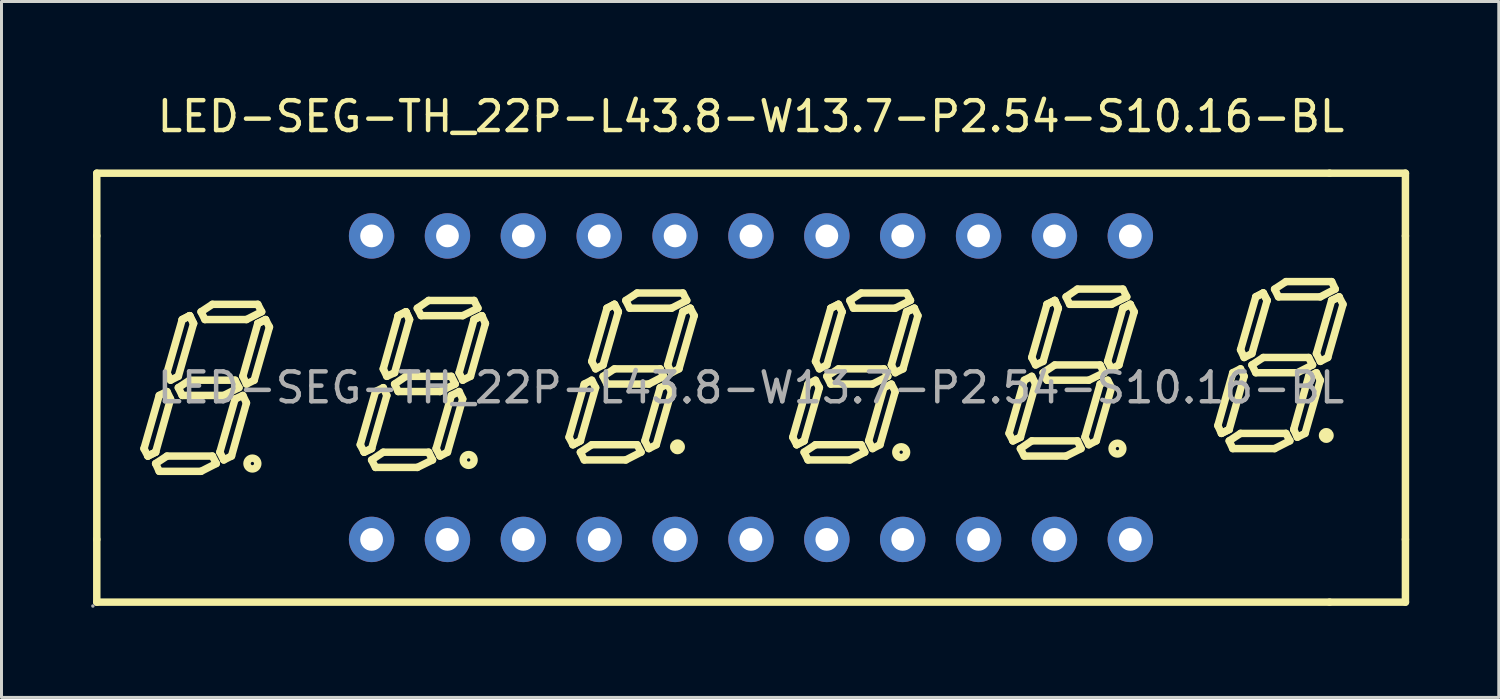
<source format=kicad_pcb>
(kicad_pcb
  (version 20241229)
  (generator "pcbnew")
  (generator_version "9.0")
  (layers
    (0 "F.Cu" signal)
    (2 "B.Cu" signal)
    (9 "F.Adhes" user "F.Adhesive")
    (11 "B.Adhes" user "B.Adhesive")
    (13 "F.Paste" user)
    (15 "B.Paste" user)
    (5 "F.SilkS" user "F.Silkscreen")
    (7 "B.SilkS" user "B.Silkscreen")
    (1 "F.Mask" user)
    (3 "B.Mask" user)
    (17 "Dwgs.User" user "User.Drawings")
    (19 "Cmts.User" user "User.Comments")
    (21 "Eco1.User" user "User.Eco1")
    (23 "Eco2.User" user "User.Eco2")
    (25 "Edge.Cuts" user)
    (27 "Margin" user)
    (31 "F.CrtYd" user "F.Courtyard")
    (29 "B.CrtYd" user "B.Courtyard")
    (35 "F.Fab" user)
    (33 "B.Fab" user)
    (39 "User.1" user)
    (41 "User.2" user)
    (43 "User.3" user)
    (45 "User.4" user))
  (footprint "LED-SEG-TH_22P-L43.8-W13.7-P2.54-S10.16-BL"
    (layer "F.Cu")
    (at 22.09 9.928)
    (property "Reference" "LED-SEG-TH_22P-L43.8-W13.7-P2.54-S10.16-BL" (at 0 -9.08 0) (layer "F.SilkS") (effects (font (size 1 1) (thickness 0.15))))
    (attr through_hole)
    (fp_line (start -21.9 -7.18) (end -21.9 -5.08) (stroke (width 0.25) (type solid)) (layer "F.SilkS"))
    (fp_line (start -21.9 -5.08) (end -21.9 5.08) (stroke (width 0.25) (type solid)) (layer "F.SilkS"))
    (fp_line (start -21.9 5.08) (end -21.9 7.18) (stroke (width 0.25) (type solid)) (layer "F.SilkS"))
    (fp_line (start -21.9 7.18) (end 19.37 7.18) (stroke (width 0.25) (type solid)) (layer "F.SilkS"))
    (fp_line (start -20.32 2.04) (end -20.19 2.29) (stroke (width 0.25) (type solid)) (layer "F.SilkS"))
    (fp_line (start -20.19 2.29) (end -19.93 2.16) (stroke (width 0.25) (type solid)) (layer "F.SilkS"))
    (fp_line (start -20.19 2.29) (end -19.93 2.16) (stroke (width 0.25) (type solid)) (layer "F.SilkS"))
    (fp_line (start -19.93 2.16) (end -19.43 0.38) (stroke (width 0.25) (type solid)) (layer "F.SilkS"))
    (fp_line (start -19.93 2.54) (end -19.55 2.29) (stroke (width 0.25) (type solid)) (layer "F.SilkS"))
    (fp_line (start -19.81 0.26) (end -20.32 2.04) (stroke (width 0.25) (type solid)) (layer "F.SilkS"))
    (fp_line (start -19.81 2.8) (end -19.93 2.54) (stroke (width 0.25) (type solid)) (layer "F.SilkS"))
    (fp_line (start -19.55 -0.5) (end -19.43 -0.25) (stroke (width 0.25) (type solid)) (layer "F.SilkS"))
    (fp_line (start -19.55 0.13) (end -19.81 0.26) (stroke (width 0.25) (type solid)) (layer "F.SilkS"))
    (fp_line (start -19.55 2.29) (end -18.03 2.29) (stroke (width 0.25) (type solid)) (layer "F.SilkS"))
    (fp_line (start -19.43 -0.25) (end -19.17 -0.38) (stroke (width 0.25) (type solid)) (layer "F.SilkS"))
    (fp_line (start -19.43 0.38) (end -19.55 0.13) (stroke (width 0.25) (type solid)) (layer "F.SilkS"))
    (fp_line (start -19.17 -0.38) (end -18.66 -2.15) (stroke (width 0.25) (type solid)) (layer "F.SilkS"))
    (fp_line (start -19.17 0) (end -18.79 -0.25) (stroke (width 0.25) (type solid)) (layer "F.SilkS"))
    (fp_line (start -19.04 -2.28) (end -19.55 -0.5) (stroke (width 0.25) (type solid)) (layer "F.SilkS"))
    (fp_line (start -19.04 -2.28) (end -18.79 -2.41) (stroke (width 0.25) (type solid)) (layer "F.SilkS"))
    (fp_line (start -19.04 0.26) (end -19.17 0) (stroke (width 0.25) (type solid)) (layer "F.SilkS"))
    (fp_line (start -18.79 -2.41) (end -19.04 -2.28) (stroke (width 0.25) (type solid)) (layer "F.SilkS"))
    (fp_line (start -18.79 -2.41) (end -18.66 -2.15) (stroke (width 0.25) (type solid)) (layer "F.SilkS"))
    (fp_line (start -18.79 -0.25) (end -17.27 -0.25) (stroke (width 0.25) (type solid)) (layer "F.SilkS"))
    (fp_line (start -18.66 -2.15) (end -18.79 -2.41) (stroke (width 0.25) (type solid)) (layer "F.SilkS"))
    (fp_line (start -18.41 -2.54) (end -18.03 -2.79) (stroke (width 0.25) (type solid)) (layer "F.SilkS"))
    (fp_line (start -18.41 2.8) (end -19.81 2.8) (stroke (width 0.25) (type solid)) (layer "F.SilkS"))
    (fp_line (start -18.28 -2.28) (end -18.41 -2.54) (stroke (width 0.25) (type solid)) (layer "F.SilkS"))
    (fp_line (start -18.03 -2.79) (end -16.51 -2.79) (stroke (width 0.25) (type solid)) (layer "F.SilkS"))
    (fp_line (start -18.03 2.29) (end -17.9 2.54) (stroke (width 0.25) (type solid)) (layer "F.SilkS"))
    (fp_line (start -17.9 2.54) (end -18.41 2.8) (stroke (width 0.25) (type solid)) (layer "F.SilkS"))
    (fp_line (start -17.78 2.16) (end -17.65 2.42) (stroke (width 0.25) (type solid)) (layer "F.SilkS"))
    (fp_line (start -17.65 0.26) (end -19.04 0.26) (stroke (width 0.25) (type solid)) (layer "F.SilkS"))
    (fp_line (start -17.65 2.42) (end -17.39 2.29) (stroke (width 0.25) (type solid)) (layer "F.SilkS"))
    (fp_line (start -17.39 2.29) (end -16.89 0.51) (stroke (width 0.25) (type solid)) (layer "F.SilkS"))
    (fp_line (start -17.27 -0.25) (end -17.14 0) (stroke (width 0.25) (type solid)) (layer "F.SilkS"))
    (fp_line (start -17.27 0.38) (end -17.78 2.16) (stroke (width 0.25) (type solid)) (layer "F.SilkS"))
    (fp_line (start -17.14 0) (end -17.65 0.26) (stroke (width 0.25) (type solid)) (layer "F.SilkS"))
    (fp_line (start -17.01 -0.38) (end -16.51 -2.15) (stroke (width 0.25) (type solid)) (layer "F.SilkS"))
    (fp_line (start -17.01 0.26) (end -17.27 0.38) (stroke (width 0.25) (type solid)) (layer "F.SilkS"))
    (fp_line (start -16.89 -2.28) (end -18.28 -2.28) (stroke (width 0.25) (type solid)) (layer "F.SilkS"))
    (fp_line (start -16.89 -0.12) (end -17.01 -0.38) (stroke (width 0.25) (type solid)) (layer "F.SilkS"))
    (fp_line (start -16.89 0.51) (end -17.01 0.26) (stroke (width 0.25) (type solid)) (layer "F.SilkS"))
    (fp_line (start -16.63 -0.25) (end -16.89 -0.12) (stroke (width 0.25) (type solid)) (layer "F.SilkS"))
    (fp_line (start -16.51 -2.79) (end -16.38 -2.54) (stroke (width 0.25) (type solid)) (layer "F.SilkS"))
    (fp_line (start -16.51 -2.15) (end -16.25 -2.28) (stroke (width 0.25) (type solid)) (layer "F.SilkS"))
    (fp_line (start -16.38 -2.54) (end -16.89 -2.28) (stroke (width 0.25) (type solid)) (layer "F.SilkS"))
    (fp_line (start -16.25 -2.28) (end -16.51 -2.15) (stroke (width 0.25) (type solid)) (layer "F.SilkS"))
    (fp_line (start -16.25 -2.28) (end -16.12 -2.03) (stroke (width 0.25) (type solid)) (layer "F.SilkS"))
    (fp_line (start -16.12 -2.03) (end -16.63 -0.25) (stroke (width 0.25) (type solid)) (layer "F.SilkS"))
    (fp_line (start -13.08 1.91) (end -12.95 2.16) (stroke (width 0.25) (type solid)) (layer "F.SilkS"))
    (fp_line (start -12.95 2.16) (end -12.7 2.04) (stroke (width 0.25) (type solid)) (layer "F.SilkS"))
    (fp_line (start -12.95 2.16) (end -12.7 2.04) (stroke (width 0.25) (type solid)) (layer "F.SilkS"))
    (fp_line (start -12.7 2.04) (end -12.19 0.26) (stroke (width 0.25) (type solid)) (layer "F.SilkS"))
    (fp_line (start -12.7 2.42) (end -12.31 2.16) (stroke (width 0.25) (type solid)) (layer "F.SilkS"))
    (fp_line (start -12.57 0.13) (end -13.08 1.91) (stroke (width 0.25) (type solid)) (layer "F.SilkS"))
    (fp_line (start -12.57 2.67) (end -12.7 2.42) (stroke (width 0.25) (type solid)) (layer "F.SilkS"))
    (fp_line (start -12.31 -0.63) (end -12.19 -0.38) (stroke (width 0.25) (type solid)) (layer "F.SilkS"))
    (fp_line (start -12.31 0) (end -12.57 0.13) (stroke (width 0.25) (type solid)) (layer "F.SilkS"))
    (fp_line (start -12.31 2.16) (end -10.79 2.16) (stroke (width 0.25) (type solid)) (layer "F.SilkS"))
    (fp_line (start -12.19 -0.38) (end -11.93 -0.5) (stroke (width 0.25) (type solid)) (layer "F.SilkS"))
    (fp_line (start -12.19 0.26) (end -12.31 0) (stroke (width 0.25) (type solid)) (layer "F.SilkS"))
    (fp_line (start -11.93 -0.5) (end -11.43 -2.28) (stroke (width 0.25) (type solid)) (layer "F.SilkS"))
    (fp_line (start -11.93 -0.12) (end -11.55 -0.38) (stroke (width 0.25) (type solid)) (layer "F.SilkS"))
    (fp_line (start -11.81 -2.41) (end -12.31 -0.63) (stroke (width 0.25) (type solid)) (layer "F.SilkS"))
    (fp_line (start -11.81 0.13) (end -11.93 -0.12) (stroke (width 0.25) (type solid)) (layer "F.SilkS"))
    (fp_line (start -11.55 -2.54) (end -11.81 -2.41) (stroke (width 0.25) (type solid)) (layer "F.SilkS"))
    (fp_line (start -11.55 -2.54) (end -11.81 -2.41) (stroke (width 0.25) (type solid)) (layer "F.SilkS"))
    (fp_line (start -11.55 -0.38) (end -10.03 -0.38) (stroke (width 0.25) (type solid)) (layer "F.SilkS"))
    (fp_line (start -11.43 -2.28) (end -11.55 -2.54) (stroke (width 0.25) (type solid)) (layer "F.SilkS"))
    (fp_line (start -11.43 -2.28) (end -11.55 -2.54) (stroke (width 0.25) (type solid)) (layer "F.SilkS"))
    (fp_line (start -11.17 -2.66) (end -10.79 -2.92) (stroke (width 0.25) (type solid)) (layer "F.SilkS"))
    (fp_line (start -11.17 2.67) (end -12.57 2.67) (stroke (width 0.25) (type solid)) (layer "F.SilkS"))
    (fp_line (start -11.04 -2.41) (end -11.17 -2.66) (stroke (width 0.25) (type solid)) (layer "F.SilkS"))
    (fp_line (start -10.79 -2.92) (end -9.27 -2.92) (stroke (width 0.25) (type solid)) (layer "F.SilkS"))
    (fp_line (start -10.79 2.16) (end -10.66 2.42) (stroke (width 0.25) (type solid)) (layer "F.SilkS"))
    (fp_line (start -10.66 2.42) (end -11.17 2.67) (stroke (width 0.25) (type solid)) (layer "F.SilkS"))
    (fp_line (start -10.54 2.04) (end -10.41 2.29) (stroke (width 0.25) (type solid)) (layer "F.SilkS"))
    (fp_line (start -10.41 0.13) (end -11.81 0.13) (stroke (width 0.25) (type solid)) (layer "F.SilkS"))
    (fp_line (start -10.41 2.29) (end -10.16 2.16) (stroke (width 0.25) (type solid)) (layer "F.SilkS"))
    (fp_line (start -10.16 2.16) (end -9.65 0.38) (stroke (width 0.25) (type solid)) (layer "F.SilkS"))
    (fp_line (start -10.03 -0.38) (end -9.9 -0.12) (stroke (width 0.25) (type solid)) (layer "F.SilkS"))
    (fp_line (start -10.03 0.26) (end -10.54 2.04) (stroke (width 0.25) (type solid)) (layer "F.SilkS"))
    (fp_line (start -9.9 -0.12) (end -10.41 0.13) (stroke (width 0.25) (type solid)) (layer "F.SilkS"))
    (fp_line (start -9.77 -0.5) (end -9.65 -0.25) (stroke (width 0.25) (type solid)) (layer "F.SilkS"))
    (fp_line (start -9.77 0.13) (end -10.03 0.26) (stroke (width 0.25) (type solid)) (layer "F.SilkS"))
    (fp_line (start -9.65 -2.41) (end -11.04 -2.41) (stroke (width 0.25) (type solid)) (layer "F.SilkS"))
    (fp_line (start -9.65 -0.25) (end -9.39 -0.38) (stroke (width 0.25) (type solid)) (layer "F.SilkS"))
    (fp_line (start -9.65 0.38) (end -9.77 0.13) (stroke (width 0.25) (type solid)) (layer "F.SilkS"))
    (fp_line (start -9.39 -0.38) (end -8.89 -2.15) (stroke (width 0.25) (type solid)) (layer "F.SilkS"))
    (fp_line (start -9.27 -2.92) (end -9.14 -2.66) (stroke (width 0.25) (type solid)) (layer "F.SilkS"))
    (fp_line (start -9.27 -2.28) (end -9.77 -0.5) (stroke (width 0.25) (type solid)) (layer "F.SilkS"))
    (fp_line (start -9.27 -2.28) (end -9.01 -2.41) (stroke (width 0.25) (type solid)) (layer "F.SilkS"))
    (fp_line (start -9.14 -2.66) (end -9.65 -2.41) (stroke (width 0.25) (type solid)) (layer "F.SilkS"))
    (fp_line (start -9.01 -2.41) (end -9.27 -2.28) (stroke (width 0.25) (type solid)) (layer "F.SilkS"))
    (fp_line (start -8.89 -2.15) (end -9.01 -2.41) (stroke (width 0.25) (type solid)) (layer "F.SilkS"))
    (fp_line (start -6.09 1.66) (end -5.96 1.91) (stroke (width 0.25) (type solid)) (layer "F.SilkS"))
    (fp_line (start -5.96 1.91) (end -5.71 1.78) (stroke (width 0.25) (type solid)) (layer "F.SilkS"))
    (fp_line (start -5.96 1.91) (end -5.71 1.78) (stroke (width 0.25) (type solid)) (layer "F.SilkS"))
    (fp_line (start -5.71 1.78) (end -5.2 0) (stroke (width 0.25) (type solid)) (layer "F.SilkS"))
    (fp_line (start -5.71 2.16) (end -5.33 1.91) (stroke (width 0.25) (type solid)) (layer "F.SilkS"))
    (fp_line (start -5.58 -0.12) (end -6.09 1.66) (stroke (width 0.25) (type solid)) (layer "F.SilkS"))
    (fp_line (start -5.58 2.42) (end -5.71 2.16) (stroke (width 0.25) (type solid)) (layer "F.SilkS"))
    (fp_line (start -5.33 -0.88) (end -5.2 -0.63) (stroke (width 0.25) (type solid)) (layer "F.SilkS"))
    (fp_line (start -5.33 -0.25) (end -5.58 -0.12) (stroke (width 0.25) (type solid)) (layer "F.SilkS"))
    (fp_line (start -5.33 1.91) (end -3.81 1.91) (stroke (width 0.25) (type solid)) (layer "F.SilkS"))
    (fp_line (start -5.2 -0.63) (end -4.95 -0.76) (stroke (width 0.25) (type solid)) (layer "F.SilkS"))
    (fp_line (start -5.2 0) (end -5.33 -0.25) (stroke (width 0.25) (type solid)) (layer "F.SilkS"))
    (fp_line (start -4.95 -0.76) (end -4.44 -2.54) (stroke (width 0.25) (type solid)) (layer "F.SilkS"))
    (fp_line (start -4.95 -0.38) (end -4.57 -0.63) (stroke (width 0.25) (type solid)) (layer "F.SilkS"))
    (fp_line (start -4.82 -2.66) (end -5.33 -0.88) (stroke (width 0.25) (type solid)) (layer "F.SilkS"))
    (fp_line (start -4.82 -2.66) (end -4.57 -2.79) (stroke (width 0.25) (type solid)) (layer "F.SilkS"))
    (fp_line (start -4.82 -0.12) (end -4.95 -0.38) (stroke (width 0.25) (type solid)) (layer "F.SilkS"))
    (fp_line (start -4.57 -2.79) (end -4.82 -2.66) (stroke (width 0.25) (type solid)) (layer "F.SilkS"))
    (fp_line (start -4.57 -2.79) (end -4.44 -2.54) (stroke (width 0.25) (type solid)) (layer "F.SilkS"))
    (fp_line (start -4.57 -0.63) (end -3.04 -0.63) (stroke (width 0.25) (type solid)) (layer "F.SilkS"))
    (fp_line (start -4.44 -2.54) (end -4.57 -2.79) (stroke (width 0.25) (type solid)) (layer "F.SilkS"))
    (fp_line (start -4.19 -2.92) (end -3.81 -3.17) (stroke (width 0.25) (type solid)) (layer "F.SilkS"))
    (fp_line (start -4.19 2.42) (end -5.58 2.42) (stroke (width 0.25) (type solid)) (layer "F.SilkS"))
    (fp_line (start -4.06 -2.66) (end -4.19 -2.92) (stroke (width 0.25) (type solid)) (layer "F.SilkS"))
    (fp_line (start -3.81 -3.17) (end -2.28 -3.17) (stroke (width 0.25) (type solid)) (layer "F.SilkS"))
    (fp_line (start -3.81 1.91) (end -3.68 2.16) (stroke (width 0.25) (type solid)) (layer "F.SilkS"))
    (fp_line (start -3.68 2.16) (end -4.19 2.42) (stroke (width 0.25) (type solid)) (layer "F.SilkS"))
    (fp_line (start -3.55 1.78) (end -3.42 2.04) (stroke (width 0.25) (type solid)) (layer "F.SilkS"))
    (fp_line (start -3.42 -0.12) (end -4.82 -0.12) (stroke (width 0.25) (type solid)) (layer "F.SilkS"))
    (fp_line (start -3.42 2.04) (end -3.17 1.91) (stroke (width 0.25) (type solid)) (layer "F.SilkS"))
    (fp_line (start -3.17 1.91) (end -2.66 0.13) (stroke (width 0.25) (type solid)) (layer "F.SilkS"))
    (fp_line (start -3.04 -0.63) (end -2.92 -0.38) (stroke (width 0.25) (type solid)) (layer "F.SilkS"))
    (fp_line (start -3.04 0) (end -3.55 1.78) (stroke (width 0.25) (type solid)) (layer "F.SilkS"))
    (fp_line (start -2.92 -0.38) (end -3.42 -0.12) (stroke (width 0.25) (type solid)) (layer "F.SilkS"))
    (fp_line (start -2.79 -0.76) (end -2.28 -2.54) (stroke (width 0.25) (type solid)) (layer "F.SilkS"))
    (fp_line (start -2.79 -0.12) (end -3.04 0) (stroke (width 0.25) (type solid)) (layer "F.SilkS"))
    (fp_line (start -2.66 -2.66) (end -4.06 -2.66) (stroke (width 0.25) (type solid)) (layer "F.SilkS"))
    (fp_line (start -2.66 -0.5) (end -2.79 -0.76) (stroke (width 0.25) (type solid)) (layer "F.SilkS"))
    (fp_line (start -2.66 0.13) (end -2.79 -0.12) (stroke (width 0.25) (type solid)) (layer "F.SilkS"))
    (fp_line (start -2.41 -0.63) (end -2.66 -0.5) (stroke (width 0.25) (type solid)) (layer "F.SilkS"))
    (fp_line (start -2.28 -3.17) (end -2.15 -2.92) (stroke (width 0.25) (type solid)) (layer "F.SilkS"))
    (fp_line (start -2.28 -2.54) (end -2.03 -2.66) (stroke (width 0.25) (type solid)) (layer "F.SilkS"))
    (fp_line (start -2.15 -2.92) (end -2.66 -2.66) (stroke (width 0.25) (type solid)) (layer "F.SilkS"))
    (fp_line (start -2.03 -2.66) (end -2.28 -2.54) (stroke (width 0.25) (type solid)) (layer "F.SilkS"))
    (fp_line (start -2.03 -2.66) (end -1.9 -2.41) (stroke (width 0.25) (type solid)) (layer "F.SilkS"))
    (fp_line (start -1.9 -2.41) (end -2.41 -0.63) (stroke (width 0.25) (type solid)) (layer "F.SilkS"))
    (fp_line (start 1.4 1.66) (end 1.53 1.91) (stroke (width 0.25) (type solid)) (layer "F.SilkS"))
    (fp_line (start 1.53 1.91) (end 1.78 1.78) (stroke (width 0.25) (type solid)) (layer "F.SilkS"))
    (fp_line (start 1.53 1.91) (end 1.78 1.78) (stroke (width 0.25) (type solid)) (layer "F.SilkS"))
    (fp_line (start 1.78 1.78) (end 2.29 0) (stroke (width 0.25) (type solid)) (layer "F.SilkS"))
    (fp_line (start 1.78 2.16) (end 2.16 1.91) (stroke (width 0.25) (type solid)) (layer "F.SilkS"))
    (fp_line (start 1.91 -0.12) (end 1.4 1.66) (stroke (width 0.25) (type solid)) (layer "F.SilkS"))
    (fp_line (start 1.91 2.42) (end 1.78 2.16) (stroke (width 0.25) (type solid)) (layer "F.SilkS"))
    (fp_line (start 2.16 -0.88) (end 2.29 -0.63) (stroke (width 0.25) (type solid)) (layer "F.SilkS"))
    (fp_line (start 2.16 -0.25) (end 1.91 -0.12) (stroke (width 0.25) (type solid)) (layer "F.SilkS"))
    (fp_line (start 2.16 1.91) (end 3.69 1.91) (stroke (width 0.25) (type solid)) (layer "F.SilkS"))
    (fp_line (start 2.29 -0.63) (end 2.54 -0.76) (stroke (width 0.25) (type solid)) (layer "F.SilkS"))
    (fp_line (start 2.29 0) (end 2.16 -0.25) (stroke (width 0.25) (type solid)) (layer "F.SilkS"))
    (fp_line (start 2.54 -0.76) (end 3.05 -2.54) (stroke (width 0.25) (type solid)) (layer "F.SilkS"))
    (fp_line (start 2.54 -0.38) (end 2.93 -0.63) (stroke (width 0.25) (type solid)) (layer "F.SilkS"))
    (fp_line (start 2.67 -2.66) (end 2.16 -0.88) (stroke (width 0.25) (type solid)) (layer "F.SilkS"))
    (fp_line (start 2.67 -2.66) (end 2.93 -2.79) (stroke (width 0.25) (type solid)) (layer "F.SilkS"))
    (fp_line (start 2.67 -0.12) (end 2.54 -0.38) (stroke (width 0.25) (type solid)) (layer "F.SilkS"))
    (fp_line (start 2.93 -2.79) (end 2.67 -2.66) (stroke (width 0.25) (type solid)) (layer "F.SilkS"))
    (fp_line (start 2.93 -2.79) (end 3.05 -2.54) (stroke (width 0.25) (type solid)) (layer "F.SilkS"))
    (fp_line (start 2.93 -0.63) (end 4.45 -0.63) (stroke (width 0.25) (type solid)) (layer "F.SilkS"))
    (fp_line (start 3.05 -2.54) (end 2.93 -2.79) (stroke (width 0.25) (type solid)) (layer "F.SilkS"))
    (fp_line (start 3.31 -2.92) (end 3.69 -3.17) (stroke (width 0.25) (type solid)) (layer "F.SilkS"))
    (fp_line (start 3.31 2.42) (end 1.91 2.42) (stroke (width 0.25) (type solid)) (layer "F.SilkS"))
    (fp_line (start 3.43 -2.66) (end 3.31 -2.92) (stroke (width 0.25) (type solid)) (layer "F.SilkS"))
    (fp_line (start 3.69 -3.17) (end 5.21 -3.17) (stroke (width 0.25) (type solid)) (layer "F.SilkS"))
    (fp_line (start 3.69 1.91) (end 3.81 2.16) (stroke (width 0.25) (type solid)) (layer "F.SilkS"))
    (fp_line (start 3.81 2.16) (end 3.31 2.42) (stroke (width 0.25) (type solid)) (layer "F.SilkS"))
    (fp_line (start 3.94 1.78) (end 4.07 2.04) (stroke (width 0.25) (type solid)) (layer "F.SilkS"))
    (fp_line (start 4.07 -0.12) (end 2.67 -0.12) (stroke (width 0.25) (type solid)) (layer "F.SilkS"))
    (fp_line (start 4.07 2.04) (end 4.32 1.91) (stroke (width 0.25) (type solid)) (layer "F.SilkS"))
    (fp_line (start 4.32 1.91) (end 4.83 0.13) (stroke (width 0.25) (type solid)) (layer "F.SilkS"))
    (fp_line (start 4.45 -0.63) (end 4.58 -0.38) (stroke (width 0.25) (type solid)) (layer "F.SilkS"))
    (fp_line (start 4.45 0) (end 3.94 1.78) (stroke (width 0.25) (type solid)) (layer "F.SilkS"))
    (fp_line (start 4.58 -0.38) (end 4.07 -0.12) (stroke (width 0.25) (type solid)) (layer "F.SilkS"))
    (fp_line (start 4.7 -0.76) (end 5.21 -2.54) (stroke (width 0.25) (type solid)) (layer "F.SilkS"))
    (fp_line (start 4.7 -0.12) (end 4.45 0) (stroke (width 0.25) (type solid)) (layer "F.SilkS"))
    (fp_line (start 4.83 -2.66) (end 3.43 -2.66) (stroke (width 0.25) (type solid)) (layer "F.SilkS"))
    (fp_line (start 4.83 -0.5) (end 4.7 -0.76) (stroke (width 0.25) (type solid)) (layer "F.SilkS"))
    (fp_line (start 4.83 0.13) (end 4.7 -0.12) (stroke (width 0.25) (type solid)) (layer "F.SilkS"))
    (fp_line (start 5.09 -0.63) (end 4.83 -0.5) (stroke (width 0.25) (type solid)) (layer "F.SilkS"))
    (fp_line (start 5.21 -3.17) (end 5.34 -2.92) (stroke (width 0.25) (type solid)) (layer "F.SilkS"))
    (fp_line (start 5.21 -2.54) (end 5.47 -2.66) (stroke (width 0.25) (type solid)) (layer "F.SilkS"))
    (fp_line (start 5.34 -2.92) (end 4.83 -2.66) (stroke (width 0.25) (type solid)) (layer "F.SilkS"))
    (fp_line (start 5.47 -2.66) (end 5.21 -2.54) (stroke (width 0.25) (type solid)) (layer "F.SilkS"))
    (fp_line (start 5.47 -2.66) (end 5.59 -2.41) (stroke (width 0.25) (type solid)) (layer "F.SilkS"))
    (fp_line (start 5.59 -2.41) (end 5.09 -0.63) (stroke (width 0.25) (type solid)) (layer "F.SilkS"))
    (fp_line (start 8.64 1.53) (end 8.77 1.78) (stroke (width 0.25) (type solid)) (layer "F.SilkS"))
    (fp_line (start 8.77 1.78) (end 9.02 1.66) (stroke (width 0.25) (type solid)) (layer "F.SilkS"))
    (fp_line (start 8.77 1.78) (end 9.02 1.66) (stroke (width 0.25) (type solid)) (layer "F.SilkS"))
    (fp_line (start 9.02 1.66) (end 9.53 -0.12) (stroke (width 0.25) (type solid)) (layer "F.SilkS"))
    (fp_line (start 9.02 2.04) (end 9.4 1.78) (stroke (width 0.25) (type solid)) (layer "F.SilkS"))
    (fp_line (start 9.15 -0.25) (end 8.64 1.53) (stroke (width 0.25) (type solid)) (layer "F.SilkS"))
    (fp_line (start 9.15 2.29) (end 9.02 2.04) (stroke (width 0.25) (type solid)) (layer "F.SilkS"))
    (fp_line (start 9.4 -1.01) (end 9.53 -0.76) (stroke (width 0.25) (type solid)) (layer "F.SilkS"))
    (fp_line (start 9.4 -0.38) (end 9.15 -0.25) (stroke (width 0.25) (type solid)) (layer "F.SilkS"))
    (fp_line (start 9.4 1.78) (end 10.93 1.78) (stroke (width 0.25) (type solid)) (layer "F.SilkS"))
    (fp_line (start 9.53 -0.76) (end 9.78 -0.88) (stroke (width 0.25) (type solid)) (layer "F.SilkS"))
    (fp_line (start 9.53 -0.12) (end 9.4 -0.38) (stroke (width 0.25) (type solid)) (layer "F.SilkS"))
    (fp_line (start 9.78 -0.88) (end 10.29 -2.66) (stroke (width 0.25) (type solid)) (layer "F.SilkS"))
    (fp_line (start 9.78 -0.5) (end 10.17 -0.76) (stroke (width 0.25) (type solid)) (layer "F.SilkS"))
    (fp_line (start 9.91 -2.79) (end 9.4 -1.01) (stroke (width 0.25) (type solid)) (layer "F.SilkS"))
    (fp_line (start 9.91 -0.25) (end 9.78 -0.5) (stroke (width 0.25) (type solid)) (layer "F.SilkS"))
    (fp_line (start 10.17 -2.92) (end 9.91 -2.79) (stroke (width 0.25) (type solid)) (layer "F.SilkS"))
    (fp_line (start 10.17 -2.92) (end 9.91 -2.79) (stroke (width 0.25) (type solid)) (layer "F.SilkS"))
    (fp_line (start 10.17 -0.76) (end 11.69 -0.76) (stroke (width 0.25) (type solid)) (layer "F.SilkS"))
    (fp_line (start 10.29 -2.66) (end 10.17 -2.92) (stroke (width 0.25) (type solid)) (layer "F.SilkS"))
    (fp_line (start 10.29 -2.66) (end 10.17 -2.92) (stroke (width 0.25) (type solid)) (layer "F.SilkS"))
    (fp_line (start 10.55 -3.04) (end 10.93 -3.3) (stroke (width 0.25) (type solid)) (layer "F.SilkS"))
    (fp_line (start 10.55 2.29) (end 9.15 2.29) (stroke (width 0.25) (type solid)) (layer "F.SilkS"))
    (fp_line (start 10.67 -2.79) (end 10.55 -3.04) (stroke (width 0.25) (type solid)) (layer "F.SilkS"))
    (fp_line (start 10.93 -3.3) (end 12.45 -3.3) (stroke (width 0.25) (type solid)) (layer "F.SilkS"))
    (fp_line (start 10.93 1.78) (end 11.05 2.04) (stroke (width 0.25) (type solid)) (layer "F.SilkS"))
    (fp_line (start 11.05 2.04) (end 10.55 2.29) (stroke (width 0.25) (type solid)) (layer "F.SilkS"))
    (fp_line (start 11.18 1.66) (end 11.31 1.91) (stroke (width 0.25) (type solid)) (layer "F.SilkS"))
    (fp_line (start 11.31 -0.25) (end 9.91 -0.25) (stroke (width 0.25) (type solid)) (layer "F.SilkS"))
    (fp_line (start 11.31 1.91) (end 11.56 1.78) (stroke (width 0.25) (type solid)) (layer "F.SilkS"))
    (fp_line (start 11.56 1.78) (end 12.07 0) (stroke (width 0.25) (type solid)) (layer "F.SilkS"))
    (fp_line (start 11.69 -0.76) (end 11.82 -0.5) (stroke (width 0.25) (type solid)) (layer "F.SilkS"))
    (fp_line (start 11.69 -0.12) (end 11.18 1.66) (stroke (width 0.25) (type solid)) (layer "F.SilkS"))
    (fp_line (start 11.82 -0.5) (end 11.31 -0.25) (stroke (width 0.25) (type solid)) (layer "F.SilkS"))
    (fp_line (start 11.94 -0.88) (end 12.07 -0.63) (stroke (width 0.25) (type solid)) (layer "F.SilkS"))
    (fp_line (start 11.94 -0.25) (end 11.69 -0.12) (stroke (width 0.25) (type solid)) (layer "F.SilkS"))
    (fp_line (start 12.07 -2.79) (end 10.67 -2.79) (stroke (width 0.25) (type solid)) (layer "F.SilkS"))
    (fp_line (start 12.07 -0.63) (end 12.32 -0.76) (stroke (width 0.25) (type solid)) (layer "F.SilkS"))
    (fp_line (start 12.07 0) (end 11.94 -0.25) (stroke (width 0.25) (type solid)) (layer "F.SilkS"))
    (fp_line (start 12.32 -0.76) (end 12.83 -2.54) (stroke (width 0.25) (type solid)) (layer "F.SilkS"))
    (fp_line (start 12.45 -3.3) (end 12.58 -3.04) (stroke (width 0.25) (type solid)) (layer "F.SilkS"))
    (fp_line (start 12.45 -2.66) (end 11.94 -0.88) (stroke (width 0.25) (type solid)) (layer "F.SilkS"))
    (fp_line (start 12.45 -2.66) (end 12.7 -2.79) (stroke (width 0.25) (type solid)) (layer "F.SilkS"))
    (fp_line (start 12.58 -3.04) (end 12.07 -2.79) (stroke (width 0.25) (type solid)) (layer "F.SilkS"))
    (fp_line (start 12.7 -2.79) (end 12.45 -2.66) (stroke (width 0.25) (type solid)) (layer "F.SilkS"))
    (fp_line (start 12.83 -2.54) (end 12.7 -2.79) (stroke (width 0.25) (type solid)) (layer "F.SilkS"))
    (fp_line (start 15.63 1.27) (end 15.75 1.53) (stroke (width 0.25) (type solid)) (layer "F.SilkS"))
    (fp_line (start 15.75 1.53) (end 16.01 1.4) (stroke (width 0.25) (type solid)) (layer "F.SilkS"))
    (fp_line (start 15.75 1.53) (end 16.01 1.4) (stroke (width 0.25) (type solid)) (layer "F.SilkS"))
    (fp_line (start 16.01 1.4) (end 16.51 -0.38) (stroke (width 0.25) (type solid)) (layer "F.SilkS"))
    (fp_line (start 16.01 1.78) (end 16.39 1.53) (stroke (width 0.25) (type solid)) (layer "F.SilkS"))
    (fp_line (start 16.13 -0.5) (end 15.63 1.27) (stroke (width 0.25) (type solid)) (layer "F.SilkS"))
    (fp_line (start 16.13 2.04) (end 16.01 1.78) (stroke (width 0.25) (type solid)) (layer "F.SilkS"))
    (fp_line (start 16.39 -1.27) (end 16.51 -1.01) (stroke (width 0.25) (type solid)) (layer "F.SilkS"))
    (fp_line (start 16.39 -0.63) (end 16.13 -0.5) (stroke (width 0.25) (type solid)) (layer "F.SilkS"))
    (fp_line (start 16.39 1.53) (end 17.91 1.53) (stroke (width 0.25) (type solid)) (layer "F.SilkS"))
    (fp_line (start 16.51 -1.01) (end 16.77 -1.14) (stroke (width 0.25) (type solid)) (layer "F.SilkS"))
    (fp_line (start 16.51 -0.38) (end 16.39 -0.63) (stroke (width 0.25) (type solid)) (layer "F.SilkS"))
    (fp_line (start 16.77 -1.14) (end 17.28 -2.92) (stroke (width 0.25) (type solid)) (layer "F.SilkS"))
    (fp_line (start 16.77 -0.76) (end 17.15 -1.01) (stroke (width 0.25) (type solid)) (layer "F.SilkS"))
    (fp_line (start 16.9 -3.04) (end 16.39 -1.27) (stroke (width 0.25) (type solid)) (layer "F.SilkS"))
    (fp_line (start 16.9 -3.04) (end 17.15 -3.17) (stroke (width 0.25) (type solid)) (layer "F.SilkS"))
    (fp_line (start 16.9 -0.5) (end 16.77 -0.76) (stroke (width 0.25) (type solid)) (layer "F.SilkS"))
    (fp_line (start 17.15 -3.17) (end 16.9 -3.04) (stroke (width 0.25) (type solid)) (layer "F.SilkS"))
    (fp_line (start 17.15 -3.17) (end 17.28 -2.92) (stroke (width 0.25) (type solid)) (layer "F.SilkS"))
    (fp_line (start 17.15 -1.01) (end 18.67 -1.01) (stroke (width 0.25) (type solid)) (layer "F.SilkS"))
    (fp_line (start 17.28 -2.92) (end 17.15 -3.17) (stroke (width 0.25) (type solid)) (layer "F.SilkS"))
    (fp_line (start 17.53 -3.3) (end 17.91 -3.55) (stroke (width 0.25) (type solid)) (layer "F.SilkS"))
    (fp_line (start 17.53 2.04) (end 16.13 2.04) (stroke (width 0.25) (type solid)) (layer "F.SilkS"))
    (fp_line (start 17.66 -3.04) (end 17.53 -3.3) (stroke (width 0.25) (type solid)) (layer "F.SilkS"))
    (fp_line (start 17.91 -3.55) (end 19.44 -3.55) (stroke (width 0.25) (type solid)) (layer "F.SilkS"))
    (fp_line (start 17.91 1.53) (end 18.04 1.78) (stroke (width 0.25) (type solid)) (layer "F.SilkS"))
    (fp_line (start 18.04 1.78) (end 17.53 2.04) (stroke (width 0.25) (type solid)) (layer "F.SilkS"))
    (fp_line (start 18.17 1.4) (end 18.29 1.66) (stroke (width 0.25) (type solid)) (layer "F.SilkS"))
    (fp_line (start 18.29 -0.5) (end 16.9 -0.5) (stroke (width 0.25) (type solid)) (layer "F.SilkS"))
    (fp_line (start 18.29 1.66) (end 18.55 1.53) (stroke (width 0.25) (type solid)) (layer "F.SilkS"))
    (fp_line (start 18.55 1.53) (end 19.06 -0.25) (stroke (width 0.25) (type solid)) (layer "F.SilkS"))
    (fp_line (start 18.67 -1.01) (end 18.8 -0.76) (stroke (width 0.25) (type solid)) (layer "F.SilkS"))
    (fp_line (start 18.67 -0.38) (end 18.17 1.4) (stroke (width 0.25) (type solid)) (layer "F.SilkS"))
    (fp_line (start 18.8 -0.76) (end 18.29 -0.5) (stroke (width 0.25) (type solid)) (layer "F.SilkS"))
    (fp_line (start 18.93 -1.14) (end 19.44 -2.92) (stroke (width 0.25) (type solid)) (layer "F.SilkS"))
    (fp_line (start 18.93 -0.5) (end 18.67 -0.38) (stroke (width 0.25) (type solid)) (layer "F.SilkS"))
    (fp_line (start 19.06 -3.04) (end 17.66 -3.04) (stroke (width 0.25) (type solid)) (layer "F.SilkS"))
    (fp_line (start 19.06 -0.88) (end 18.93 -1.14) (stroke (width 0.25) (type solid)) (layer "F.SilkS"))
    (fp_line (start 19.06 -0.25) (end 18.93 -0.5) (stroke (width 0.25) (type solid)) (layer "F.SilkS"))
    (fp_line (start 19.31 -1.01) (end 19.06 -0.88) (stroke (width 0.25) (type solid)) (layer "F.SilkS"))
    (fp_line (start 19.37 -7.18) (end -21.9 -7.18) (stroke (width 0.25) (type solid)) (layer "F.SilkS"))
    (fp_line (start 19.37 7.18) (end 21.91 7.18) (stroke (width 0.25) (type solid)) (layer "F.SilkS"))
    (fp_line (start 19.44 -3.55) (end 19.56 -3.3) (stroke (width 0.25) (type solid)) (layer "F.SilkS"))
    (fp_line (start 19.44 -2.92) (end 19.69 -3.04) (stroke (width 0.25) (type solid)) (layer "F.SilkS"))
    (fp_line (start 19.56 -3.3) (end 19.06 -3.04) (stroke (width 0.25) (type solid)) (layer "F.SilkS"))
    (fp_line (start 19.69 -3.04) (end 19.44 -2.92) (stroke (width 0.25) (type solid)) (layer "F.SilkS"))
    (fp_line (start 19.69 -3.04) (end 19.82 -2.79) (stroke (width 0.25) (type solid)) (layer "F.SilkS"))
    (fp_line (start 19.82 -2.79) (end 19.31 -1.01) (stroke (width 0.25) (type solid)) (layer "F.SilkS"))
    (fp_line (start 21.91 -7.18) (end 19.37 -7.18) (stroke (width 0.25) (type solid)) (layer "F.SilkS"))
    (fp_line (start 21.91 -5.08) (end 21.91 -7.18) (stroke (width 0.25) (type solid)) (layer "F.SilkS"))
    (fp_line (start 21.91 5.08) (end 21.91 -5.08) (stroke (width 0.25) (type solid)) (layer "F.SilkS"))
    (fp_line (start 21.91 7.18) (end 21.91 5.08) (stroke (width 0.25) (type solid)) (layer "F.SilkS"))
    (fp_arc (start -16.68 2.36) (mid -16.695001 2.720208) (end -16.690001 2.359722) (stroke (width 0.25) (type solid)) (layer "F.SilkS"))
    (fp_arc (start -9.44 2.24) (mid -9.455001 2.600208) (end -9.450001 2.239722) (stroke (width 0.25) (type solid)) (layer "F.SilkS"))
    (fp_arc (start -2.46 1.98) (mid -2.46 1.98) (end -2.46 1.98) (stroke (width 0.25) (type solid)) (layer "F.SilkS"))
    (fp_arc (start 5.04 1.98) (mid 5.024999 2.340208) (end 5.029999 1.979722) (stroke (width 0.25) (type solid)) (layer "F.SilkS"))
    (fp_arc (start 12.28 1.86) (mid 12.264999 2.220208) (end 12.269999 1.859722) (stroke (width 0.25) (type solid)) (layer "F.SilkS"))
    (fp_arc (start 19.26 1.6) (mid 19.26 1.6) (end 19.26 1.6) (stroke (width 0.25) (type solid)) (layer "F.SilkS"))
    (fp_circle (center -22.03 7.31) (end -22 7.31) (stroke (width 0.06) (type solid)) (fill no) (layer "F.Fab"))
    (fp_circle (center -12.7 -5.08) (end -12.56 -5.08) (stroke (width 0.28) (type solid)) (fill no) (layer "F.Fab"))
    (fp_circle (center -12.7 5.08) (end -12.56 5.08) (stroke (width 0.28) (type solid)) (fill no) (layer "F.Fab"))
    (fp_circle (center -10.16 -5.08) (end -10.02 -5.08) (stroke (width 0.28) (type solid)) (fill no) (layer "F.Fab"))
    (fp_circle (center -10.16 5.08) (end -10.02 5.08) (stroke (width 0.28) (type solid)) (fill no) (layer "F.Fab"))
    (fp_circle (center -7.62 -5.08) (end -7.48 -5.08) (stroke (width 0.28) (type solid)) (fill no) (layer "F.Fab"))
    (fp_circle (center -7.62 5.08) (end -7.48 5.08) (stroke (width 0.28) (type solid)) (fill no) (layer "F.Fab"))
    (fp_circle (center -5.08 -5.08) (end -4.94 -5.08) (stroke (width 0.28) (type solid)) (fill no) (layer "F.Fab"))
    (fp_circle (center -5.08 5.08) (end -4.94 5.08) (stroke (width 0.28) (type solid)) (fill no) (layer "F.Fab"))
    (fp_circle (center -2.54 -5.08) (end -2.4 -5.08) (stroke (width 0.28) (type solid)) (fill no) (layer "F.Fab"))
    (fp_circle (center -2.54 5.08) (end -2.4 5.08) (stroke (width 0.28) (type solid)) (fill no) (layer "F.Fab"))
    (fp_circle (center 0 -5.08) (end 0.14 -5.08) (stroke (width 0.28) (type solid)) (fill no) (layer "F.Fab"))
    (fp_circle (center 0 5.08) (end 0.14 5.08) (stroke (width 0.28) (type solid)) (fill no) (layer "F.Fab"))
    (fp_circle (center 2.54 -5.08) (end 2.68 -5.08) (stroke (width 0.28) (type solid)) (fill no) (layer "F.Fab"))
    (fp_circle (center 2.54 5.08) (end 2.68 5.08) (stroke (width 0.28) (type solid)) (fill no) (layer "F.Fab"))
    (fp_circle (center 5.08 -5.08) (end 5.22 -5.08) (stroke (width 0.28) (type solid)) (fill no) (layer "F.Fab"))
    (fp_circle (center 5.08 5.08) (end 5.22 5.08) (stroke (width 0.28) (type solid)) (fill no) (layer "F.Fab"))
    (fp_circle (center 7.62 -5.08) (end 7.76 -5.08) (stroke (width 0.28) (type solid)) (fill no) (layer "F.Fab"))
    (fp_circle (center 7.62 5.08) (end 7.76 5.08) (stroke (width 0.28) (type solid)) (fill no) (layer "F.Fab"))
    (fp_circle (center 10.16 -5.08) (end 10.3 -5.08) (stroke (width 0.28) (type solid)) (fill no) (layer "F.Fab"))
    (fp_circle (center 10.16 5.08) (end 10.3 5.08) (stroke (width 0.28) (type solid)) (fill no) (layer "F.Fab"))
    (fp_circle (center 12.7 -5.08) (end 12.84 -5.08) (stroke (width 0.28) (type solid)) (fill no) (layer "F.Fab"))
    (fp_circle (center 12.7 5.08) (end 12.84 5.08) (stroke (width 0.28) (type solid)) (fill no) (layer "F.Fab"))
    (fp_text user "${REFERENCE}" (at 0 0 0) (layer "F.Fab") (effects (font (size 1 1) (thickness 0.15))))
    (pad "1" thru_hole circle (at -12.7 5.08) (size 1.52 1.52) (drill 0.762) (layers "*.Cu" "*.Paste" "*.Mask"))
    (pad "2" thru_hole circle (at -10.16 5.08) (size 1.52 1.52) (drill 0.762) (layers "*.Cu" "*.Paste" "*.Mask"))
    (pad "3" thru_hole circle (at -7.62 5.08) (size 1.52 1.52) (drill 0.762) (layers "*.Cu" "*.Paste" "*.Mask"))
    (pad "4" thru_hole circle (at -5.08 5.08) (size 1.52 1.52) (drill 0.762) (layers "*.Cu" "*.Paste" "*.Mask"))
    (pad "5" thru_hole circle (at -2.54 5.08) (size 1.52 1.52) (drill 0.762) (layers "*.Cu" "*.Paste" "*.Mask"))
    (pad "6" thru_hole circle (at 0 5.08) (size 1.52 1.52) (drill 0.762) (layers "*.Cu" "*.Paste" "*.Mask"))
    (pad "7" thru_hole circle (at 2.54 5.08) (size 1.52 1.52) (drill 0.762) (layers "*.Cu" "*.Paste" "*.Mask"))
    (pad "8" thru_hole circle (at 5.08 5.08) (size 1.52 1.52) (drill 0.762) (layers "*.Cu" "*.Paste" "*.Mask"))
    (pad "9" thru_hole circle (at 7.62 5.08) (size 1.52 1.52) (drill 0.762) (layers "*.Cu" "*.Paste" "*.Mask"))
    (pad "10" thru_hole circle (at 10.16 5.08) (size 1.52 1.52) (drill 0.762) (layers "*.Cu" "*.Paste" "*.Mask"))
    (pad "11" thru_hole circle (at 12.7 5.08) (size 1.52 1.52) (drill 0.762) (layers "*.Cu" "*.Paste" "*.Mask"))
    (pad "12" thru_hole circle (at 12.7 -5.08) (size 1.52 1.52) (drill 0.762) (layers "*.Cu" "*.Paste" "*.Mask"))
    (pad "13" thru_hole circle (at 10.16 -5.08) (size 1.52 1.52) (drill 0.762) (layers "*.Cu" "*.Paste" "*.Mask"))
    (pad "14" thru_hole circle (at 7.62 -5.08) (size 1.52 1.52) (drill 0.762) (layers "*.Cu" "*.Paste" "*.Mask"))
    (pad "15" thru_hole circle (at 5.08 -5.08) (size 1.52 1.52) (drill 0.762) (layers "*.Cu" "*.Paste" "*.Mask"))
    (pad "16" thru_hole circle (at 2.54 -5.08) (size 1.52 1.52) (drill 0.762) (layers "*.Cu" "*.Paste" "*.Mask"))
    (pad "17" thru_hole circle (at 0 -5.08) (size 1.52 1.52) (drill 0.762) (layers "*.Cu" "*.Paste" "*.Mask"))
    (pad "18" thru_hole circle (at -2.54 -5.08) (size 1.52 1.52) (drill 0.762) (layers "*.Cu" "*.Paste" "*.Mask"))
    (pad "19" thru_hole circle (at -5.08 -5.08) (size 1.52 1.52) (drill 0.762) (layers "*.Cu" "*.Paste" "*.Mask"))
    (pad "20" thru_hole circle (at -7.62 -5.08) (size 1.52 1.52) (drill 0.762) (layers "*.Cu" "*.Paste" "*.Mask"))
    (pad "21" thru_hole circle (at -10.16 -5.08) (size 1.52 1.52) (drill 0.762) (layers "*.Cu" "*.Paste" "*.Mask"))
    (pad "22" thru_hole circle (at -12.7 -5.08) (size 1.52 1.52) (drill 0.762) (layers "*.Cu" "*.Paste" "*.Mask")))
  (gr_rect
    (start -3 -3)
    (end 47.125 20.298)
    (stroke (width 0.1) (type default))
    (fill no)
    (layer "Edge.Cuts")))
</source>
